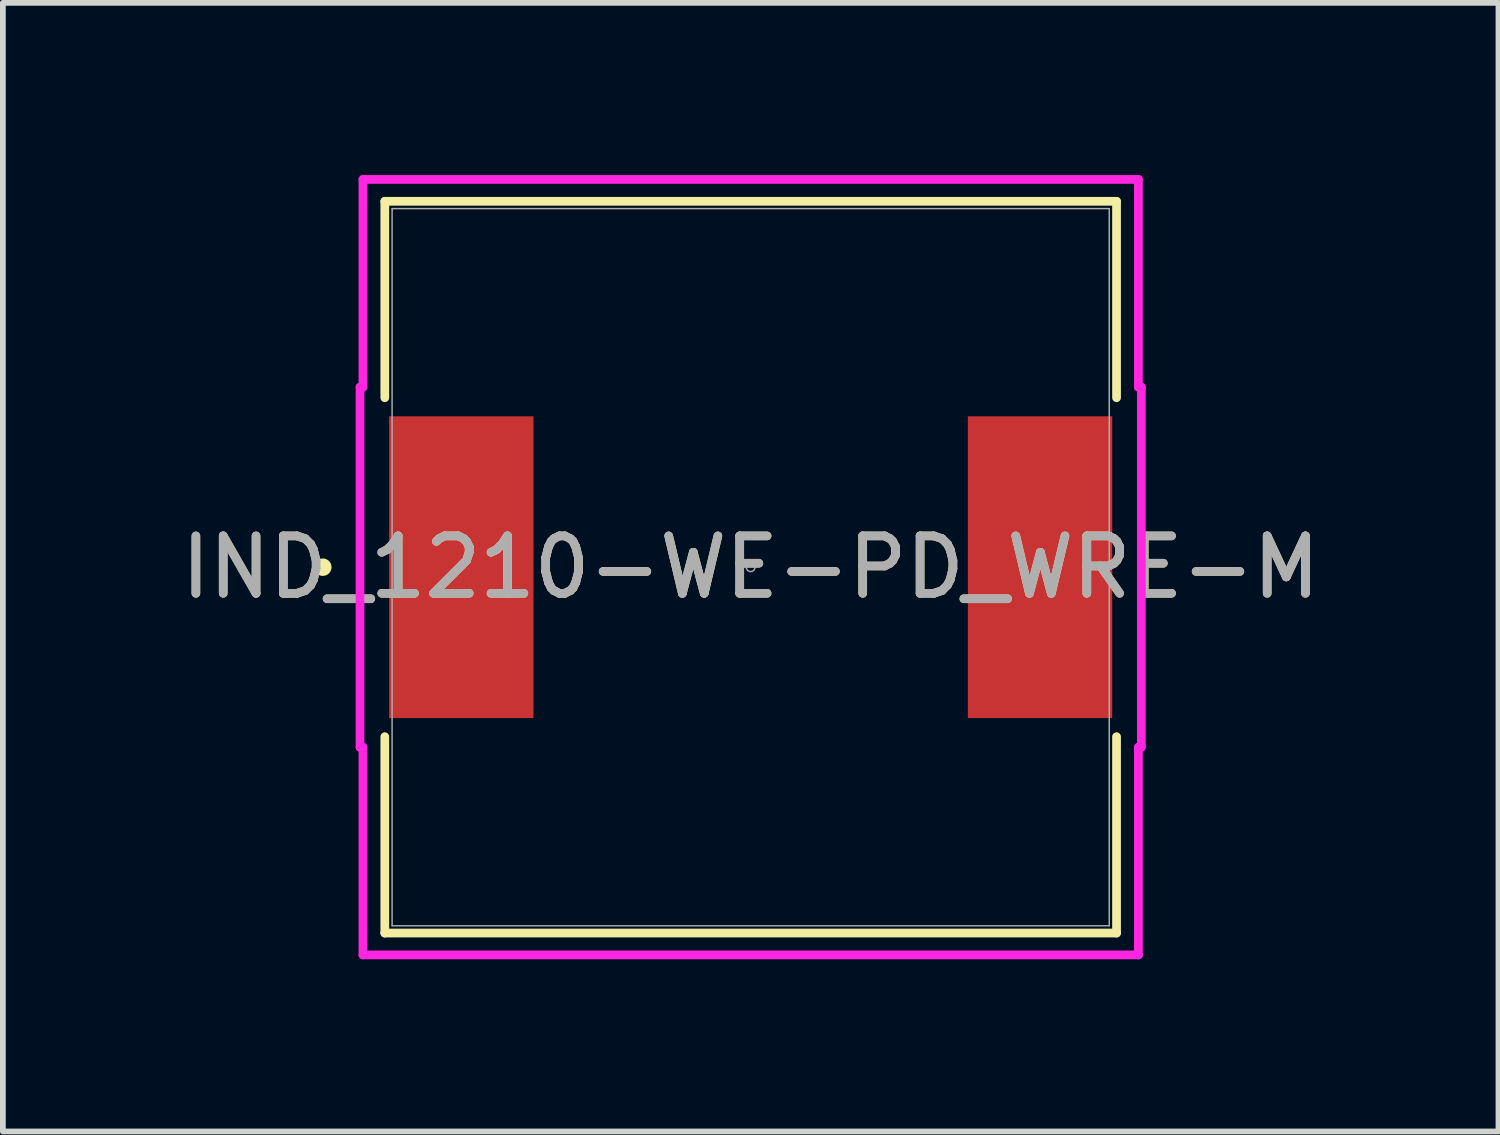
<source format=kicad_pcb>
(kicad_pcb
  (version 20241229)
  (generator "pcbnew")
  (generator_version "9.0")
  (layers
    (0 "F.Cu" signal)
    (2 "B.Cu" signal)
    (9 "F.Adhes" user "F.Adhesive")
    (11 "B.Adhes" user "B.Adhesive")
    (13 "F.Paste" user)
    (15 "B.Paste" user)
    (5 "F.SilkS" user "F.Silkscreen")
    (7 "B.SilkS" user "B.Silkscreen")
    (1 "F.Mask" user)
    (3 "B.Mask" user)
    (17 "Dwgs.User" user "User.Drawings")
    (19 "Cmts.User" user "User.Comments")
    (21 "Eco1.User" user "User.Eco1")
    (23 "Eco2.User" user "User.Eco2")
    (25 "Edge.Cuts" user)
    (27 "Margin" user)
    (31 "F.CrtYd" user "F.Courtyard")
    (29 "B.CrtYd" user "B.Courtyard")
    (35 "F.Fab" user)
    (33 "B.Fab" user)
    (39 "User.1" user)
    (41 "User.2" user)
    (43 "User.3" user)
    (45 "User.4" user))
  (footprint "IND_1210-WE-PD_WRE-M"
    (layer "F.Cu")
    (at 10.03 6.833)
    (property "Reference" "IND_1210-WE-PD_WRE-M" (at 0 0 0) (unlocked yes) (layer "F.SilkS") (effects (font (size 1 1) (thickness 0.15))))
    (attr smd)
    (fp_line (start -6.375 -6.375) (end -6.375 -2.953) (stroke (width 0.152) (type solid)) (layer "F.SilkS"))
    (fp_line (start -6.375 2.953) (end -6.375 6.375) (stroke (width 0.152) (type solid)) (layer "F.SilkS"))
    (fp_line (start -6.375 6.375) (end 6.375 6.375) (stroke (width 0.152) (type solid)) (layer "F.SilkS"))
    (fp_line (start 6.375 -6.375) (end -6.375 -6.375) (stroke (width 0.152) (type solid)) (layer "F.SilkS"))
    (fp_line (start 6.375 -2.953) (end 6.375 -6.375) (stroke (width 0.152) (type solid)) (layer "F.SilkS"))
    (fp_line (start 6.375 6.375) (end 6.375 2.953) (stroke (width 0.152) (type solid)) (layer "F.SilkS"))
    (fp_circle (center -7.455 0) (end -7.379 0) (stroke (width 0.152) (type solid)) (fill no) (layer "F.SilkS"))
    (fp_line (start -6.807 -3.137) (end -6.756 -3.137) (stroke (width 0.152) (type solid)) (layer "F.CrtYd"))
    (fp_line (start -6.807 3.137) (end -6.807 -3.137) (stroke (width 0.152) (type solid)) (layer "F.CrtYd"))
    (fp_line (start -6.807 3.137) (end -6.756 3.137) (stroke (width 0.152) (type solid)) (layer "F.CrtYd"))
    (fp_line (start -6.756 -6.756) (end 6.756 -6.756) (stroke (width 0.152) (type solid)) (layer "F.CrtYd"))
    (fp_line (start -6.756 -3.137) (end -6.756 -6.756) (stroke (width 0.152) (type solid)) (layer "F.CrtYd"))
    (fp_line (start -6.756 6.756) (end -6.756 3.137) (stroke (width 0.152) (type solid)) (layer "F.CrtYd"))
    (fp_line (start 6.756 -6.756) (end 6.756 -3.137) (stroke (width 0.152) (type solid)) (layer "F.CrtYd"))
    (fp_line (start 6.756 3.137) (end 6.756 6.756) (stroke (width 0.152) (type solid)) (layer "F.CrtYd"))
    (fp_line (start 6.756 6.756) (end -6.756 6.756) (stroke (width 0.152) (type solid)) (layer "F.CrtYd"))
    (fp_line (start 6.807 -3.137) (end 6.756 -3.137) (stroke (width 0.152) (type solid)) (layer "F.CrtYd"))
    (fp_line (start 6.807 -3.137) (end 6.807 3.137) (stroke (width 0.152) (type solid)) (layer "F.CrtYd"))
    (fp_line (start 6.807 3.137) (end 6.756 3.137) (stroke (width 0.152) (type solid)) (layer "F.CrtYd"))
    (fp_line (start -6.248 -6.248) (end -6.248 6.248) (stroke (width 0.025) (type solid)) (layer "F.Fab"))
    (fp_line (start -6.248 6.248) (end 6.248 6.248) (stroke (width 0.025) (type solid)) (layer "F.Fab"))
    (fp_line (start 6.248 -6.248) (end -6.248 -6.248) (stroke (width 0.025) (type solid)) (layer "F.Fab"))
    (fp_line (start 6.248 6.248) (end 6.248 -6.248) (stroke (width 0.025) (type solid)) (layer "F.Fab"))
    (fp_circle (center 0 0) (end 0.076 0) (stroke (width 0.025) (type solid)) (fill no) (layer "F.Fab"))
    (fp_text user "${REFERENCE}" (at 0 0 0) (unlocked yes) (layer "F.Fab") (effects (font (size 1 1) (thickness 0.15))))
    (pad "1" smd rect (at -5.042 0) (size 2.515 5.258) (layers "F.Cu" "F.Mask" "F.Paste"))
    (pad "2" smd rect (at 5.042 0) (size 2.515 5.258) (layers "F.Cu" "F.Mask" "F.Paste")))
  (gr_rect
    (start -3 -3)
    (end 23.06 16.665)
    (stroke (width 0.1) (type default))
    (fill no)
    (layer "Edge.Cuts")))
</source>
